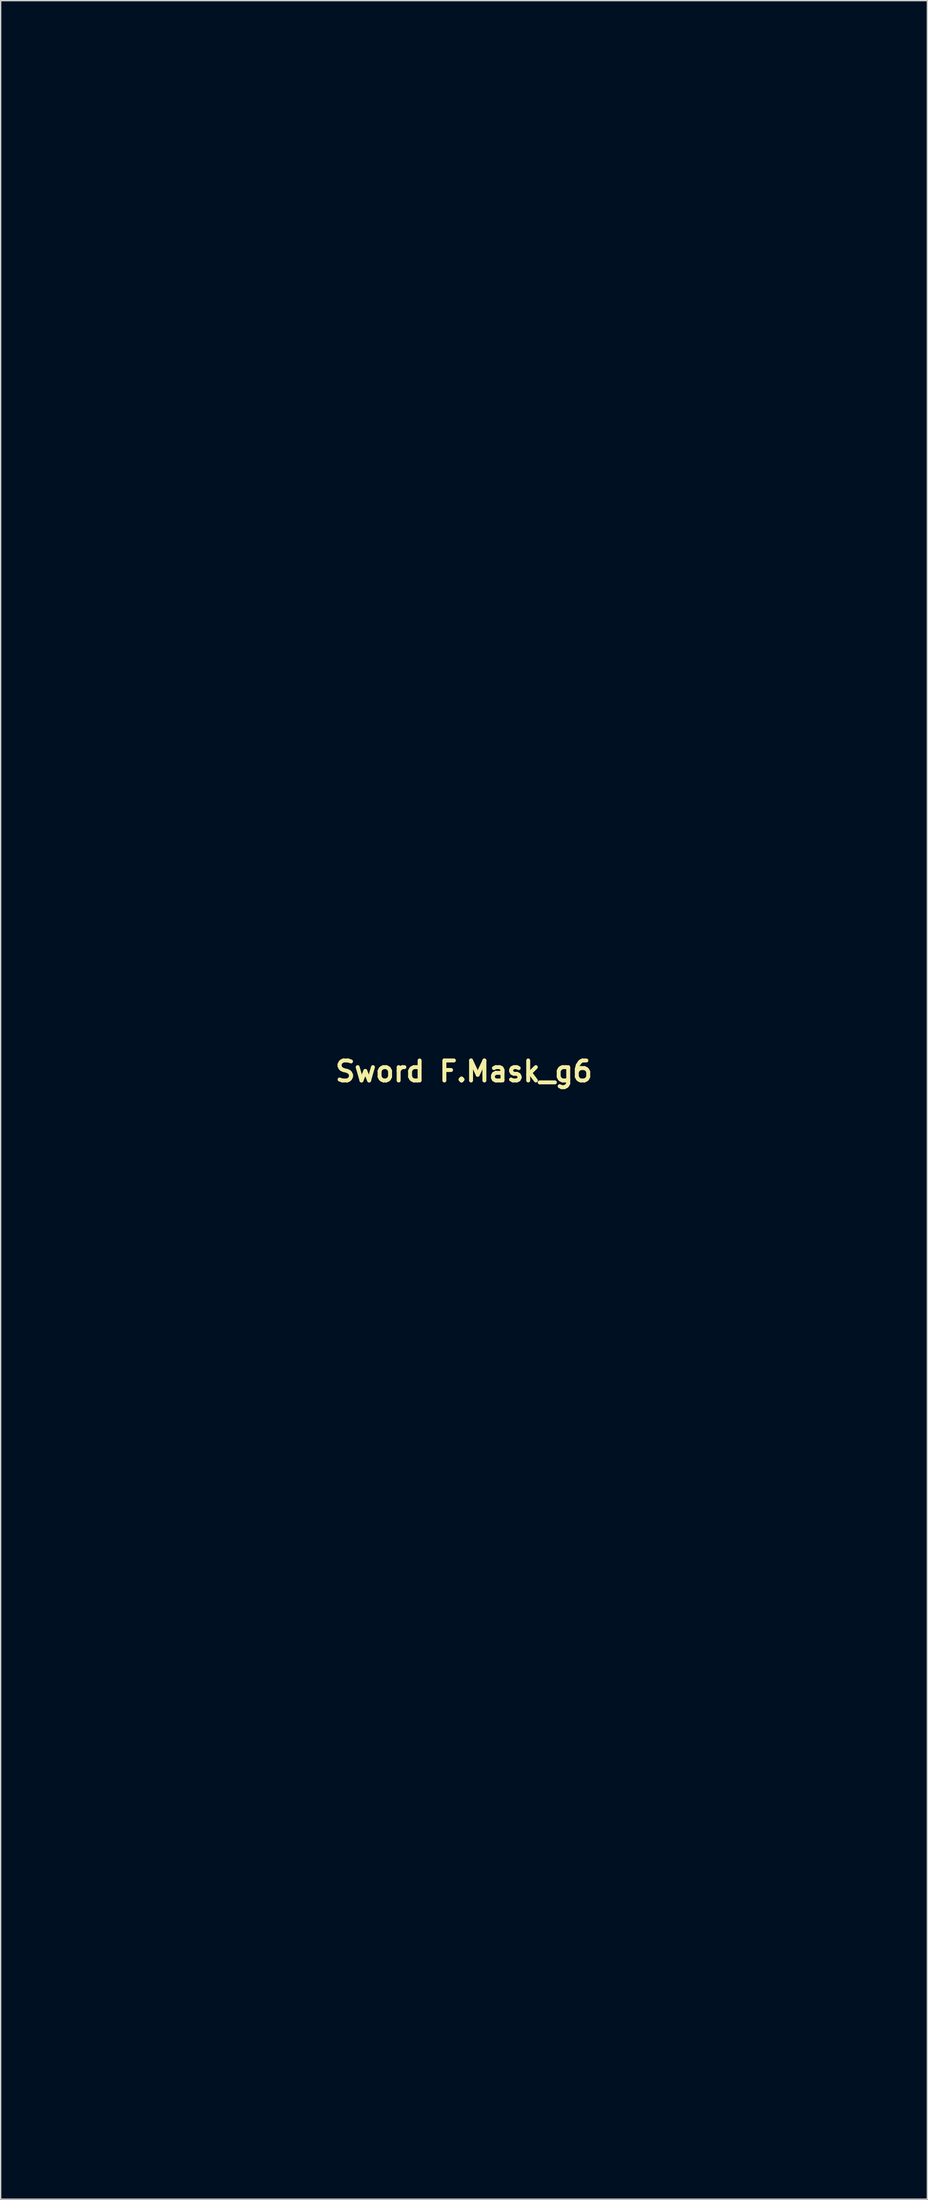
<source format=kicad_pcb>
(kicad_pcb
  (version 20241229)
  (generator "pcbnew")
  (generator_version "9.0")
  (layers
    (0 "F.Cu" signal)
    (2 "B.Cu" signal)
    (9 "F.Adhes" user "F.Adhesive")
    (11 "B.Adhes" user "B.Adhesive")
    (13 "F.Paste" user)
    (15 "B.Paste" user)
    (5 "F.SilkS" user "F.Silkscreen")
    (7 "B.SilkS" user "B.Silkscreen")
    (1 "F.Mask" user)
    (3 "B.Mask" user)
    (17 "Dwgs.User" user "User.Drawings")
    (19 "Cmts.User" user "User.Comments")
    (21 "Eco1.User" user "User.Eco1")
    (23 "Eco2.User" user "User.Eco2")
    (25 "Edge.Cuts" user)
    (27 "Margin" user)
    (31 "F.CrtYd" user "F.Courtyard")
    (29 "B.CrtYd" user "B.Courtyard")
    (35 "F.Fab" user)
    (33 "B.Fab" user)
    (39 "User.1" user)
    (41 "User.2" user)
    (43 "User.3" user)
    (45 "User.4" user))
  (footprint "Sword F.Mask_g6"
    (layer "F.Cu")
    (at 32.287 78.562)
    (property "Reference" "Sword F.Mask_g6" (at 0 0 0) (layer "F.SilkS") (effects (font (size 1.524 1.524) (thickness 0.3))))
    (attr through_hole)
    (fp_poly (pts (xy 3.934 -78.546) (xy 3.967 -78.512) (xy 4.02 -78.457) (xy 4.094 -78.381) (xy 4.186 -78.285) (xy 4.297 -78.169) (xy 4.426 -78.034) (xy 4.572 -77.881) (xy 4.734 -77.711) (xy 4.912 -77.525) (xy 5.106 -77.322) (xy 5.314 -77.104) (xy 5.535 -76.872) (xy 5.77 -76.626) (xy 6.017 -76.366) (xy 6.276 -76.095) (xy 6.546 -75.811) (xy 6.827 -75.517) (xy 7.117 -75.212) (xy 7.416 -74.898) (xy 7.724 -74.574) (xy 8.039 -74.243) (xy 8.362 -73.904) (xy 8.691 -73.559) (xy 9.025 -73.207) (xy 9.137 -73.09) (xy 14.338 -67.623) (xy 14.269 -67.556) (xy 14.251 -67.539) (xy 14.211 -67.501) (xy 14.151 -67.443) (xy 14.07 -67.366) (xy 13.971 -67.272) (xy 13.854 -67.16) (xy 13.72 -67.033) (xy 13.571 -66.891) (xy 13.407 -66.735) (xy 13.229 -66.567) (xy 13.04 -66.386) (xy 12.838 -66.195) (xy 12.627 -65.994) (xy 12.406 -65.784) (xy 12.177 -65.566) (xy 11.941 -65.342) (xy 11.698 -65.112) (xy 11.581 -65) (xy 11.335 -64.766) (xy 11.093 -64.536) (xy 10.857 -64.312) (xy 10.629 -64.095) (xy 10.408 -63.885) (xy 10.197 -63.685) (xy 9.997 -63.494) (xy 9.807 -63.313) (xy 9.631 -63.145) (xy 9.467 -62.99) (xy 9.319 -62.849) (xy 9.187 -62.723) (xy 9.072 -62.613) (xy 8.974 -62.52) (xy 8.896 -62.446) (xy 8.839 -62.391) (xy 8.803 -62.356) (xy 8.795 -62.348) (xy 8.628 -62.185) (xy 10.951 -59.743) (xy 11.178 -59.504) (xy 11.401 -59.27) (xy 11.619 -59.041) (xy 11.83 -58.819) (xy 12.034 -58.605) (xy 12.229 -58.4) (xy 12.414 -58.205) (xy 12.589 -58.022) (xy 12.751 -57.851) (xy 12.9 -57.694) (xy 13.036 -57.552) (xy 13.155 -57.426) (xy 13.258 -57.317) (xy 13.344 -57.227) (xy 13.411 -57.157) (xy 13.457 -57.108) (xy 13.479 -57.085) (xy 13.684 -56.869) (xy 10.985 -54.302) (xy 10.738 -54.066) (xy 10.496 -53.836) (xy 10.262 -53.613) (xy 10.036 -53.398) (xy 9.819 -53.191) (xy 9.612 -52.993) (xy 9.416 -52.806) (xy 9.233 -52.631) (xy 9.062 -52.468) (xy 8.906 -52.319) (xy 8.765 -52.183) (xy 8.64 -52.063) (xy 8.533 -51.96) (xy 8.443 -51.874) (xy 8.373 -51.806) (xy 8.323 -51.757) (xy 8.294 -51.728) (xy 8.287 -51.72) (xy 8.298 -51.707) (xy 8.329 -51.673) (xy 8.381 -51.617) (xy 8.452 -51.541) (xy 8.541 -51.447) (xy 8.647 -51.334) (xy 8.769 -51.204) (xy 8.907 -51.059) (xy 9.059 -50.898) (xy 9.225 -50.723) (xy 9.403 -50.535) (xy 9.593 -50.335) (xy 9.793 -50.124) (xy 10.003 -49.903) (xy 10.221 -49.673) (xy 10.448 -49.434) (xy 10.681 -49.189) (xy 10.92 -48.938) (xy 10.947 -48.91) (xy 11.186 -48.658) (xy 11.42 -48.412) (xy 11.647 -48.173) (xy 11.867 -47.942) (xy 12.077 -47.72) (xy 12.278 -47.508) (xy 12.469 -47.307) (xy 12.648 -47.117) (xy 12.815 -46.941) (xy 12.968 -46.779) (xy 13.107 -46.632) (xy 13.231 -46.501) (xy 13.339 -46.386) (xy 13.429 -46.29) (xy 13.502 -46.212) (xy 13.555 -46.154) (xy 13.589 -46.118) (xy 13.602 -46.103) (xy 13.602 -46.102) (xy 13.59 -46.091) (xy 13.556 -46.058) (xy 13.501 -46.005) (xy 13.426 -45.933) (xy 13.332 -45.843) (xy 13.22 -45.736) (xy 13.091 -45.613) (xy 12.946 -45.474) (xy 12.785 -45.321) (xy 12.611 -45.154) (xy 12.423 -44.975) (xy 12.223 -44.785) (xy 12.011 -44.584) (xy 11.79 -44.373) (xy 11.559 -44.153) (xy 11.32 -43.925) (xy 11.074 -43.691) (xy 10.821 -43.451) (xy 10.755 -43.388) (xy 10.501 -43.146) (xy 10.253 -42.91) (xy 10.012 -42.681) (xy 9.779 -42.459) (xy 9.556 -42.246) (xy 9.342 -42.042) (xy 9.139 -41.848) (xy 8.948 -41.666) (xy 8.77 -41.496) (xy 8.606 -41.34) (xy 8.457 -41.197) (xy 8.324 -41.069) (xy 8.208 -40.958) (xy 8.11 -40.863) (xy 8.03 -40.787) (xy 7.97 -40.729) (xy 7.932 -40.69) (xy 7.914 -40.673) (xy 7.914 -40.672) (xy 7.924 -40.659) (xy 7.956 -40.625) (xy 8.008 -40.569) (xy 8.079 -40.494) (xy 8.167 -40.399) (xy 8.273 -40.287) (xy 8.395 -40.158) (xy 8.532 -40.013) (xy 8.683 -39.853) (xy 8.847 -39.68) (xy 9.024 -39.494) (xy 9.212 -39.296) (xy 9.41 -39.087) (xy 9.617 -38.868) (xy 9.833 -38.641) (xy 10.056 -38.406) (xy 10.286 -38.165) (xy 10.43 -38.013) (xy 10.663 -37.768) (xy 10.89 -37.529) (xy 11.111 -37.297) (xy 11.323 -37.073) (xy 11.527 -36.858) (xy 11.722 -36.653) (xy 11.905 -36.46) (xy 12.077 -36.278) (xy 12.237 -36.11) (xy 12.382 -35.956) (xy 12.514 -35.817) (xy 12.629 -35.694) (xy 12.729 -35.588) (xy 12.811 -35.501) (xy 12.874 -35.433) (xy 12.918 -35.386) (xy 12.942 -35.36) (xy 12.946 -35.355) (xy 12.935 -35.343) (xy 12.901 -35.31) (xy 12.847 -35.257) (xy 12.773 -35.185) (xy 12.679 -35.095) (xy 12.568 -34.988) (xy 12.44 -34.865) (xy 12.295 -34.727) (xy 12.136 -34.575) (xy 11.963 -34.409) (xy 11.777 -34.232) (xy 11.579 -34.043) (xy 11.37 -33.843) (xy 11.151 -33.635) (xy 10.923 -33.418) (xy 10.688 -33.193) (xy 10.445 -32.962) (xy 10.255 -32.782) (xy 10.008 -32.547) (xy 9.767 -32.317) (xy 9.533 -32.094) (xy 9.307 -31.879) (xy 9.09 -31.673) (xy 8.883 -31.476) (xy 8.688 -31.289) (xy 8.504 -31.114) (xy 8.334 -30.952) (xy 8.178 -30.803) (xy 8.037 -30.668) (xy 7.912 -30.549) (xy 7.805 -30.446) (xy 7.715 -30.361) (xy 7.645 -30.293) (xy 7.595 -30.245) (xy 7.567 -30.217) (xy 7.56 -30.21) (xy 7.57 -30.197) (xy 7.601 -30.163) (xy 7.653 -30.107) (xy 7.723 -30.032) (xy 7.812 -29.937) (xy 7.917 -29.825) (xy 8.04 -29.695) (xy 8.177 -29.55) (xy 8.329 -29.389) (xy 8.494 -29.214) (xy 8.672 -29.027) (xy 8.861 -28.827) (xy 9.061 -28.616) (xy 9.271 -28.395) (xy 9.489 -28.165) (xy 9.715 -27.927) (xy 9.949 -27.681) (xy 10.188 -27.43) (xy 10.215 -27.402) (xy 10.454 -27.149) (xy 10.688 -26.903) (xy 10.916 -26.664) (xy 11.135 -26.433) (xy 11.346 -26.211) (xy 11.547 -25.999) (xy 11.738 -25.798) (xy 11.918 -25.609) (xy 12.084 -25.432) (xy 12.238 -25.27) (xy 12.377 -25.123) (xy 12.502 -24.991) (xy 12.61 -24.877) (xy 12.701 -24.78) (xy 12.773 -24.702) (xy 12.827 -24.645) (xy 12.861 -24.608) (xy 12.874 -24.593) (xy 12.875 -24.592) (xy 12.863 -24.58) (xy 12.83 -24.547) (xy 12.775 -24.494) (xy 12.701 -24.422) (xy 12.607 -24.332) (xy 12.496 -24.225) (xy 12.367 -24.101) (xy 12.222 -23.963) (xy 12.061 -23.809) (xy 11.887 -23.643) (xy 11.699 -23.463) (xy 11.499 -23.273) (xy 11.288 -23.071) (xy 11.067 -22.86) (xy 10.836 -22.64) (xy 10.597 -22.412) (xy 10.351 -22.178) (xy 10.098 -21.937) (xy 10.025 -21.868) (xy 7.176 -19.157) (xy 7.315 -19.011) (xy 7.339 -18.985) (xy 7.384 -18.938) (xy 7.449 -18.87) (xy 7.532 -18.782) (xy 7.633 -18.676) (xy 7.751 -18.552) (xy 7.884 -18.412) (xy 8.031 -18.257) (xy 8.192 -18.089) (xy 8.365 -17.907) (xy 8.549 -17.713) (xy 8.743 -17.509) (xy 8.946 -17.295) (xy 9.157 -17.073) (xy 9.375 -16.844) (xy 9.599 -16.609) (xy 9.828 -16.368) (xy 9.835 -16.361) (xy 10.061 -16.123) (xy 10.282 -15.891) (xy 10.496 -15.665) (xy 10.703 -15.448) (xy 10.9 -15.24) (xy 11.088 -15.043) (xy 11.265 -14.856) (xy 11.43 -14.682) (xy 11.582 -14.521) (xy 11.721 -14.375) (xy 11.844 -14.244) (xy 11.952 -14.13) (xy 12.043 -14.034) (xy 12.117 -13.956) (xy 12.171 -13.898) (xy 12.206 -13.86) (xy 12.22 -13.844) (xy 12.221 -13.844) (xy 12.21 -13.832) (xy 12.177 -13.799) (xy 12.123 -13.746) (xy 12.049 -13.674) (xy 11.956 -13.585) (xy 11.846 -13.478) (xy 11.718 -13.355) (xy 11.575 -13.218) (xy 11.416 -13.066) (xy 11.244 -12.901) (xy 11.059 -12.725) (xy 10.863 -12.537) (xy 10.655 -12.339) (xy 10.438 -12.132) (xy 10.212 -11.917) (xy 9.979 -11.694) (xy 9.739 -11.466) (xy 9.625 -11.358) (xy 9.381 -11.125) (xy 9.142 -10.898) (xy 8.909 -10.677) (xy 8.684 -10.463) (xy 8.467 -10.257) (xy 8.26 -10.06) (xy 8.064 -9.873) (xy 7.88 -9.698) (xy 7.708 -9.535) (xy 7.551 -9.385) (xy 7.408 -9.249) (xy 7.282 -9.129) (xy 7.173 -9.025) (xy 7.082 -8.938) (xy 7.01 -8.87) (xy 6.959 -8.821) (xy 6.93 -8.792) (xy 6.924 -8.787) (xy 6.824 -8.689) (xy 9.494 -5.882) (xy 12.164 -3.076) (xy 12.102 -3.016) (xy 12.085 -3) (xy 12.047 -2.963) (xy 11.987 -2.906) (xy 11.907 -2.83) (xy 11.808 -2.736) (xy 11.691 -2.625) (xy 11.558 -2.498) (xy 11.408 -2.355) (xy 11.244 -2.199) (xy 11.066 -2.03) (xy 10.875 -1.848) (xy 10.672 -1.655) (xy 10.458 -1.452) (xy 10.235 -1.24) (xy 10.003 -1.019) (xy 9.763 -0.791) (xy 9.517 -0.556) (xy 9.264 -0.317) (xy 9.255 -0.308) (xy 9.003 -0.068) (xy 8.758 0.165) (xy 8.519 0.392) (xy 8.289 0.612) (xy 8.067 0.822) (xy 7.856 1.024) (xy 7.656 1.215) (xy 7.467 1.394) (xy 7.292 1.561) (xy 7.131 1.715) (xy 6.985 1.855) (xy 6.854 1.979) (xy 6.741 2.088) (xy 6.646 2.179) (xy 6.569 2.252) (xy 6.513 2.306) (xy 6.477 2.341) (xy 6.464 2.354) (xy 6.464 2.355) (xy 6.474 2.367) (xy 6.505 2.402) (xy 6.557 2.457) (xy 6.627 2.532) (xy 6.715 2.626) (xy 6.82 2.738) (xy 6.941 2.867) (xy 7.077 3.011) (xy 7.227 3.17) (xy 7.39 3.343) (xy 7.565 3.528) (xy 7.752 3.724) (xy 7.948 3.932) (xy 8.154 4.148) (xy 8.367 4.373) (xy 8.588 4.605) (xy 8.815 4.844) (xy 8.877 4.909) (xy 9.107 5.151) (xy 9.332 5.388) (xy 9.551 5.618) (xy 9.763 5.841) (xy 9.967 6.055) (xy 10.161 6.26) (xy 10.346 6.454) (xy 10.519 6.636) (xy 10.68 6.805) (xy 10.827 6.96) (xy 10.961 7.1) (xy 11.078 7.224) (xy 11.18 7.331) (xy 11.263 7.419) (xy 11.329 7.488) (xy 11.374 7.536) (xy 11.399 7.562) (xy 11.402 7.565) (xy 11.508 7.679) (xy 8.81 10.246) (xy 8.562 10.481) (xy 8.321 10.711) (xy 8.087 10.934) (xy 7.861 11.15) (xy 7.644 11.357) (xy 7.437 11.554) (xy 7.241 11.741) (xy 7.058 11.916) (xy 6.887 12.079) (xy 6.731 12.229) (xy 6.59 12.364) (xy 6.465 12.484) (xy 6.358 12.587) (xy 6.268 12.673) (xy 6.198 12.741) (xy 6.148 12.79) (xy 6.119 12.819) (xy 6.112 12.827) (xy 6.123 12.839) (xy 6.154 12.874) (xy 6.206 12.93) (xy 6.277 13.005) (xy 6.366 13.1) (xy 6.472 13.213) (xy 6.595 13.342) (xy 6.732 13.488) (xy 6.884 13.649) (xy 7.05 13.824) (xy 7.228 14.011) (xy 7.418 14.211) (xy 7.618 14.422) (xy 7.828 14.643) (xy 8.046 14.874) (xy 8.273 15.112) (xy 8.506 15.357) (xy 8.745 15.609) (xy 8.771 15.636) (xy 9.011 15.888) (xy 9.245 16.134) (xy 9.472 16.373) (xy 9.691 16.604) (xy 9.902 16.826) (xy 10.103 17.038) (xy 10.294 17.239) (xy 10.473 17.428) (xy 10.64 17.604) (xy 10.793 17.766) (xy 10.933 17.914) (xy 11.057 18.045) (xy 11.165 18.159) (xy 11.255 18.256) (xy 11.328 18.333) (xy 11.382 18.391) (xy 11.416 18.428) (xy 11.429 18.442) (xy 11.429 18.443) (xy 11.417 18.454) (xy 11.384 18.487) (xy 11.328 18.54) (xy 11.252 18.614) (xy 11.155 18.706) (xy 11.04 18.817) (xy 10.905 18.946) (xy 10.752 19.091) (xy 10.582 19.254) (xy 10.395 19.432) (xy 10.192 19.625) (xy 9.974 19.833) (xy 9.742 20.055) (xy 9.495 20.289) (xy 9.236 20.536) (xy 8.964 20.795) (xy 8.68 21.065) (xy 8.386 21.346) (xy 8.081 21.636) (xy 7.766 21.935) (xy 7.443 22.243) (xy 7.111 22.559) (xy 6.772 22.881) (xy 6.426 23.21) (xy 6.075 23.545) (xy 5.951 23.662) (xy 5.597 23.999) (xy 5.248 24.331) (xy 4.905 24.657) (xy 4.569 24.976) (xy 4.241 25.288) (xy 3.922 25.592) (xy 3.611 25.888) (xy 3.31 26.174) (xy 3.02 26.45) (xy 2.741 26.715) (xy 2.474 26.969) (xy 2.22 27.211) (xy 1.979 27.44) (xy 1.752 27.656) (xy 1.541 27.858) (xy 1.345 28.044) (xy 1.165 28.216) (xy 1.002 28.371) (xy 0.857 28.509) (xy 0.73 28.63) (xy 0.623 28.732) (xy 0.535 28.816) (xy 0.468 28.879) (xy 0.423 28.923) (xy 0.399 28.946) (xy 0.397 28.948) (xy 0.318 29.028) (xy 2.764 31.599) (xy 2.994 31.842) (xy 3.22 32.079) (xy 3.439 32.31) (xy 3.651 32.533) (xy 3.855 32.747) (xy 4.049 32.951) (xy 4.233 33.145) (xy 4.406 33.326) (xy 4.567 33.494) (xy 4.714 33.649) (xy 4.846 33.788) (xy 4.963 33.911) (xy 5.064 34.016) (xy 5.147 34.104) (xy 5.212 34.171) (xy 5.257 34.219) (xy 5.282 34.244) (xy 5.285 34.248) (xy 5.361 34.324) (xy 6.701 33.049) (xy 7.332 32.449) (xy 7.939 31.871) (xy 8.524 31.314) (xy 9.087 30.779) (xy 9.627 30.265) (xy 10.146 29.772) (xy 10.642 29.299) (xy 11.117 28.848) (xy 11.57 28.417) (xy 12.002 28.006) (xy 12.412 27.615) (xy 12.802 27.244) (xy 13.171 26.894) (xy 13.519 26.562) (xy 13.847 26.25) (xy 14.155 25.958) (xy 14.443 25.684) (xy 14.711 25.43) (xy 14.959 25.194) (xy 15.187 24.976) (xy 15.397 24.777) (xy 15.587 24.597) (xy 15.758 24.434) (xy 15.911 24.289) (xy 16.045 24.162) (xy 16.16 24.053) (xy 16.258 23.96) (xy 16.337 23.885) (xy 16.398 23.827) (xy 16.442 23.786) (xy 16.469 23.761) (xy 16.478 23.753) (xy 16.489 23.764) (xy 16.522 23.796) (xy 16.573 23.85) (xy 16.643 23.923) (xy 16.731 24.014) (xy 16.834 24.121) (xy 16.953 24.245) (xy 17.085 24.383) (xy 17.23 24.535) (xy 17.387 24.698) (xy 17.554 24.873) (xy 17.73 25.057) (xy 17.914 25.25) (xy 18.105 25.45) (xy 18.302 25.656) (xy 18.503 25.867) (xy 18.708 26.082) (xy 18.915 26.299) (xy 19.123 26.518) (xy 19.332 26.736) (xy 19.539 26.953) (xy 19.743 27.168) (xy 19.945 27.38) (xy 20.141 27.586) (xy 20.332 27.787) (xy 20.516 27.98) (xy 20.692 28.165) (xy 20.859 28.34) (xy 21.015 28.504) (xy 21.16 28.657) (xy 21.292 28.796) (xy 21.41 28.921) (xy 21.513 29.03) (xy 21.6 29.122) (xy 21.67 29.196) (xy 21.721 29.25) (xy 21.726 29.255) (xy 21.822 29.359) (xy 24.441 26.869) (xy 24.686 26.636) (xy 24.925 26.408) (xy 25.158 26.187) (xy 25.384 25.972) (xy 25.601 25.766) (xy 25.808 25.569) (xy 26.004 25.382) (xy 26.189 25.206) (xy 26.361 25.043) (xy 26.518 24.893) (xy 26.661 24.757) (xy 26.788 24.637) (xy 26.897 24.533) (xy 26.988 24.446) (xy 27.06 24.377) (xy 27.111 24.328) (xy 27.141 24.3) (xy 27.147 24.294) (xy 27.236 24.208) (xy 29.767 26.868) (xy 30.001 27.114) (xy 30.229 27.354) (xy 30.45 27.587) (xy 30.663 27.812) (xy 30.868 28.027) (xy 31.063 28.233) (xy 31.247 28.427) (xy 31.42 28.609) (xy 31.58 28.778) (xy 31.727 28.933) (xy 31.859 29.073) (xy 31.975 29.196) (xy 32.076 29.303) (xy 32.158 29.391) (xy 32.223 29.46) (xy 32.268 29.508) (xy 32.293 29.535) (xy 32.298 29.541) (xy 32.286 29.553) (xy 32.253 29.586) (xy 32.199 29.639) (xy 32.124 29.71) (xy 32.031 29.8) (xy 31.92 29.906) (xy 31.792 30.029) (xy 31.648 30.167) (xy 31.489 30.319) (xy 31.316 30.484) (xy 31.131 30.661) (xy 30.933 30.849) (xy 30.725 31.048) (xy 30.507 31.255) (xy 30.28 31.471) (xy 30.045 31.695) (xy 29.804 31.924) (xy 29.654 32.066) (xy 29.409 32.3) (xy 29.168 32.529) (xy 28.935 32.751) (xy 28.709 32.966) (xy 28.492 33.172) (xy 28.285 33.369) (xy 28.088 33.556) (xy 27.904 33.731) (xy 27.732 33.894) (xy 27.575 34.044) (xy 27.433 34.179) (xy 27.306 34.3) (xy 27.197 34.403) (xy 27.106 34.49) (xy 27.035 34.558) (xy 26.983 34.607) (xy 26.954 34.635) (xy 26.947 34.642) (xy 26.882 34.704) (xy 21.823 29.386) (xy 21.56 29.637) (xy 21.391 29.797) (xy 21.208 29.972) (xy 21.01 30.161) (xy 20.798 30.362) (xy 20.574 30.576) (xy 20.338 30.801) (xy 20.09 31.037) (xy 19.832 31.282) (xy 19.565 31.536) (xy 19.289 31.799) (xy 19.006 32.069) (xy 18.715 32.345) (xy 18.418 32.627) (xy 18.117 32.914) (xy 17.81 33.206) (xy 17.5 33.5) (xy 17.188 33.797) (xy 16.873 34.096) (xy 16.558 34.396) (xy 16.242 34.697) (xy 15.927 34.996) (xy 15.613 35.294) (xy 15.302 35.59) (xy 14.993 35.883) (xy 14.689 36.172) (xy 14.39 36.457) (xy 14.096 36.736) (xy 13.808 37.009) (xy 13.528 37.275) (xy 13.257 37.533) (xy 12.994 37.782) (xy 12.741 38.023) (xy 12.499 38.253) (xy 12.268 38.472) (xy 12.05 38.679) (xy 11.844 38.873) (xy 11.653 39.055) (xy 11.477 39.222) (xy 11.317 39.374) (xy 11.173 39.51) (xy 11.046 39.63) (xy 10.938 39.732) (xy 10.849 39.817) (xy 10.78 39.882) (xy 10.731 39.928) (xy 10.704 39.953) (xy 10.699 39.957) (xy 10.687 39.946) (xy 10.654 39.913) (xy 10.601 39.858) (xy 10.529 39.784) (xy 10.439 39.69) (xy 10.332 39.579) (xy 10.209 39.45) (xy 10.07 39.305) (xy 9.918 39.145) (xy 9.751 38.971) (xy 9.573 38.784) (xy 9.382 38.585) (xy 9.182 38.374) (xy 8.971 38.154) (xy 8.752 37.924) (xy 8.526 37.686) (xy 8.292 37.441) (xy 8.053 37.189) (xy 8.025 37.159) (xy 7.785 36.907) (xy 7.551 36.661) (xy 7.323 36.423) (xy 7.104 36.192) (xy 6.893 35.97) (xy 6.691 35.758) (xy 6.5 35.558) (xy 6.32 35.369) (xy 6.153 35.193) (xy 5.999 35.032) (xy 5.859 34.885) (xy 5.734 34.755) (xy 5.626 34.641) (xy 5.534 34.545) (xy 5.461 34.468) (xy 5.406 34.412) (xy 5.372 34.376) (xy 5.358 34.362) (xy 5.357 34.361) (xy 5.346 34.372) (xy 5.312 34.404) (xy 5.258 34.455) (xy 5.184 34.525) (xy 5.092 34.612) (xy 4.983 34.715) (xy 4.858 34.833) (xy 4.719 34.965) (xy 4.566 35.11) (xy 4.401 35.267) (xy 4.225 35.434) (xy 4.039 35.611) (xy 3.845 35.796) (xy 3.643 35.988) (xy 3.435 36.186) (xy 3.221 36.388) (xy 3.004 36.595) (xy 2.784 36.804) (xy 2.563 37.015) (xy 2.342 37.225) (xy 2.121 37.435) (xy 1.902 37.643) (xy 1.687 37.848) (xy 1.477 38.049) (xy 1.272 38.244) (xy 1.074 38.433) (xy 0.884 38.614) (xy 0.703 38.786) (xy 0.533 38.948) (xy 0.374 39.099) (xy 0.228 39.238) (xy 0.097 39.364) (xy -0.02 39.475) (xy -0.12 39.571) (xy -0.202 39.649) (xy -0.265 39.71) (xy -0.309 39.752) (xy -0.331 39.774) (xy -0.333 39.776) (xy -0.323 39.788) (xy -0.29 39.822) (xy -0.238 39.878) (xy -0.165 39.955) (xy -0.074 40.051) (xy 0.036 40.168) (xy 0.164 40.303) (xy 0.31 40.456) (xy 0.471 40.626) (xy 0.649 40.813) (xy 0.842 41.016) (xy 1.049 41.234) (xy 1.27 41.466) (xy 1.504 41.713) (xy 1.751 41.972) (xy 2.009 42.244) (xy 2.278 42.528) (xy 2.558 42.822) (xy 2.848 43.127) (xy 3.147 43.441) (xy 3.454 43.764) (xy 3.769 44.096) (xy 4.092 44.434) (xy 4.42 44.78) (xy 4.754 45.131) (xy 4.858 45.24) (xy 5.194 45.593) (xy 5.524 45.94) (xy 5.848 46.281) (xy 6.166 46.615) (xy 6.475 46.941) (xy 6.777 47.258) (xy 7.07 47.566) (xy 7.353 47.864) (xy 7.625 48.151) (xy 7.887 48.427) (xy 8.138 48.69) (xy 8.376 48.941) (xy 8.601 49.178) (xy 8.812 49.401) (xy 9.009 49.608) (xy 9.192 49.801) (xy 9.358 49.976) (xy 9.509 50.135) (xy 9.642 50.276) (xy 9.758 50.398) (xy 9.855 50.501) (xy 9.933 50.584) (xy 9.992 50.646) (xy 10.03 50.687) (xy 10.048 50.706) (xy 10.049 50.708) (xy 10.038 50.72) (xy 10.004 50.752) (xy 9.95 50.805) (xy 9.876 50.876) (xy 9.783 50.966) (xy 9.672 51.072) (xy 9.544 51.195) (xy 9.4 51.332) (xy 9.241 51.484) (xy 9.069 51.648) (xy 8.884 51.825) (xy 8.687 52.012) (xy 8.48 52.21) (xy 8.263 52.417) (xy 8.037 52.632) (xy 7.804 52.854) (xy 7.564 53.082) (xy 7.457 53.184) (xy 7.213 53.416) (xy 6.974 53.643) (xy 6.742 53.864) (xy 6.517 54.078) (xy 6.3 54.284) (xy 6.094 54.481) (xy 5.897 54.667) (xy 5.713 54.843) (xy 5.541 55.006) (xy 5.384 55.156) (xy 5.241 55.292) (xy 5.115 55.412) (xy 5.006 55.516) (xy 4.915 55.603) (xy 4.843 55.671) (xy 4.792 55.72) (xy 4.762 55.748) (xy 4.757 55.753) (xy 4.648 55.858) (xy 7.313 58.658) (xy 7.553 58.911) (xy 7.787 59.157) (xy 8.014 59.396) (xy 8.234 59.627) (xy 8.445 59.85) (xy 8.647 60.062) (xy 8.838 60.263) (xy 9.017 60.453) (xy 9.185 60.629) (xy 9.338 60.791) (xy 9.478 60.939) (xy 9.603 61.07) (xy 9.711 61.185) (xy 9.802 61.282) (xy 9.875 61.36) (xy 9.929 61.418) (xy 9.964 61.455) (xy 9.977 61.47) (xy 9.977 61.47) (xy 9.966 61.482) (xy 9.933 61.515) (xy 9.879 61.569) (xy 9.805 61.641) (xy 9.712 61.732) (xy 9.601 61.84) (xy 9.474 61.964) (xy 9.33 62.104) (xy 9.171 62.259) (xy 8.998 62.427) (xy 8.812 62.607) (xy 8.613 62.8) (xy 8.404 63.003) (xy 8.184 63.216) (xy 7.956 63.438) (xy 7.718 63.667) (xy 7.474 63.904) (xy 7.223 64.146) (xy 7.152 64.216) (xy 6.823 64.534) (xy 6.514 64.832) (xy 6.225 65.112) (xy 5.952 65.375) (xy 5.694 65.624) (xy 5.448 65.86) (xy 5.213 66.086) (xy 4.987 66.303) (xy 4.767 66.513) (xy 4.552 66.719) (xy 4.339 66.922) (xy 4.127 67.123) (xy 3.913 67.326) (xy 3.696 67.531) (xy 3.473 67.741) (xy 3.243 67.958) (xy 3.003 68.184) (xy 2.751 68.42) (xy 2.486 68.668) (xy 2.205 68.931) (xy 1.906 69.211) (xy 1.599 69.498) (xy 1.35 69.731) (xy 1.106 69.959) (xy 0.869 70.18) (xy 0.641 70.394) (xy 0.422 70.599) (xy 0.213 70.794) (xy 0.016 70.98) (xy -0.17 71.153) (xy -0.342 71.315) (xy -0.5 71.463) (xy -0.642 71.597) (xy -0.768 71.715) (xy -0.877 71.818) (xy -0.968 71.903) (xy -1.039 71.971) (xy -1.09 72.019) (xy -1.119 72.047) (xy -1.127 72.055) (xy -1.119 72.064) (xy -1.097 72.09) (xy -1.058 72.131) (xy -1.004 72.19) (xy -0.933 72.265) (xy -0.845 72.358) (xy -0.741 72.468) (xy -0.619 72.597) (xy -0.48 72.744) (xy -0.322 72.91) (xy -0.147 73.095) (xy 0.048 73.299) (xy 0.262 73.524) (xy 0.495 73.769) (xy 0.747 74.034) (xy 1.02 74.321) (xy 1.313 74.628) (xy 1.627 74.958) (xy 1.962 75.31) (xy 2.319 75.684) (xy 2.483 75.856) (xy 2.664 76.046) (xy 2.839 76.23) (xy 3.007 76.406) (xy 3.166 76.574) (xy 3.315 76.732) (xy 3.454 76.878) (xy 3.58 77.011) (xy 3.692 77.13) (xy 3.79 77.234) (xy 3.871 77.321) (xy 3.936 77.39) (xy 3.981 77.439) (xy 4.007 77.468) (xy 4.013 77.475) (xy 4.002 77.488) (xy 3.97 77.522) (xy 3.917 77.575) (xy 3.845 77.645) (xy 3.755 77.732) (xy 3.649 77.834) (xy 3.528 77.95) (xy 3.394 78.079) (xy 3.247 78.219) (xy 3.09 78.368) (xy 2.923 78.527) (xy 2.748 78.693) (xy 2.566 78.864) (xy 2.544 78.885) (xy 2.326 79.091) (xy 2.091 79.313) (xy 1.843 79.548) (xy 1.585 79.792) (xy 1.321 80.042) (xy 1.056 80.293) (xy 0.792 80.543) (xy 0.533 80.789) (xy 0.284 81.025) (xy 0.048 81.249) (xy -0.172 81.458) (xy -0.308 81.587) (xy -0.484 81.755) (xy -0.654 81.916) (xy -0.816 82.07) (xy -0.969 82.215) (xy -1.111 82.35) (xy -1.242 82.473) (xy -1.358 82.583) (xy -1.46 82.679) (xy -1.546 82.759) (xy -1.613 82.823) (xy -1.662 82.868) (xy -1.69 82.894) (xy -1.697 82.899) (xy -1.709 82.888) (xy -1.742 82.855) (xy -1.794 82.802) (xy -1.864 82.73) (xy -1.95 82.641) (xy -2.052 82.536) (xy -2.168 82.416) (xy -2.297 82.283) (xy -2.437 82.138) (xy -2.587 81.982) (xy -2.745 81.817) (xy -2.911 81.644) (xy -3.082 81.466) (xy -3.309 81.23) (xy -3.537 80.992) (xy -3.766 80.753) (xy -3.994 80.515) (xy -4.222 80.277) (xy -4.446 80.042) (xy -4.667 79.811) (xy -4.884 79.584) (xy -5.095 79.363) (xy -5.299 79.148) (xy -5.495 78.942) (xy -5.683 78.745) (xy -5.861 78.558) (xy -6.028 78.382) (xy -6.183 78.218) (xy -6.325 78.068) (xy -6.453 77.933) (xy -6.566 77.813) (xy -6.663 77.71) (xy -6.742 77.625) (xy -6.803 77.559) (xy -6.845 77.513) (xy -6.867 77.489) (xy -6.87 77.484) (xy -6.858 77.472) (xy -6.824 77.439) (xy -6.77 77.387) (xy -6.696 77.316) (xy -6.604 77.228) (xy -6.496 77.125) (xy -6.372 77.006) (xy -6.234 76.875) (xy -6.083 76.731) (xy -5.92 76.576) (xy -5.747 76.411) (xy -5.564 76.238) (xy -5.374 76.057) (xy -5.177 75.87) (xy -4.975 75.677) (xy -4.768 75.481) (xy -4.559 75.283) (xy -4.348 75.082) (xy -4.136 74.882) (xy -3.926 74.682) (xy -3.717 74.485) (xy -3.512 74.291) (xy -3.312 74.101) (xy -3.118 73.917) (xy -2.93 73.74) (xy -2.752 73.572) (xy -2.583 73.412) (xy -2.527 73.36) (xy -2.352 73.195) (xy -2.184 73.036) (xy -2.024 72.884) (xy -1.874 72.741) (xy -1.734 72.608) (xy -1.607 72.487) (xy -1.493 72.378) (xy -1.395 72.284) (xy -1.313 72.205) (xy -1.249 72.143) (xy -1.205 72.099) (xy -1.182 72.075) (xy -1.178 72.07) (xy -1.19 72.057) (xy -1.222 72.022) (xy -1.275 71.966) (xy -1.347 71.889) (xy -1.437 71.793) (xy -1.546 71.677) (xy -1.671 71.544) (xy -1.813 71.395) (xy -1.97 71.228) (xy -2.141 71.047) (xy -2.327 70.851) (xy -2.525 70.642) (xy -2.735 70.42) (xy -2.957 70.186) (xy -3.189 69.941) (xy -3.43 69.686) (xy -3.681 69.421) (xy -3.939 69.149) (xy -4.205 68.868) (xy -4.477 68.581) (xy -4.755 68.288) (xy -5.037 67.991) (xy -5.324 67.689) (xy -5.613 67.383) (xy -5.905 67.076) (xy -6.199 66.767) (xy -6.493 66.457) (xy -6.787 66.147) (xy -7.08 65.839) (xy -7.371 65.532) (xy -7.66 65.228) (xy -7.945 64.928) (xy -8.226 64.632) (xy -8.503 64.342) (xy -8.773 64.057) (xy -8.863 63.963) (xy -9.104 63.709) (xy -9.339 63.462) (xy -9.568 63.221) (xy -9.789 62.988) (xy -10.002 62.764) (xy -10.204 62.55) (xy -10.397 62.347) (xy -10.578 62.156) (xy -10.746 61.978) (xy -10.901 61.814) (xy -11.042 61.665) (xy -11.168 61.531) (xy -11.278 61.414) (xy -11.371 61.315) (xy -11.446 61.235) (xy -11.502 61.175) (xy -11.538 61.136) (xy -11.553 61.118) (xy -11.554 61.117) (xy -11.542 61.105) (xy -11.508 61.072) (xy -11.453 61.02) (xy -11.379 60.948) (xy -11.285 60.858) (xy -11.173 60.751) (xy -11.044 60.628) (xy -10.9 60.49) (xy -10.74 60.338) (xy -10.567 60.172) (xy -10.381 59.995) (xy -10.182 59.806) (xy -9.973 59.607) (xy -9.754 59.398) (xy -9.526 59.181) (xy -9.29 58.957) (xy -9.048 58.726) (xy -8.858 58.546) (xy -8.611 58.31) (xy -8.37 58.081) (xy -8.136 57.858) (xy -7.91 57.643) (xy -7.693 57.437) (xy -7.487 57.24) (xy -7.291 57.054) (xy -7.108 56.879) (xy -6.937 56.717) (xy -6.781 56.568) (xy -6.64 56.434) (xy -6.516 56.315) (xy -6.408 56.212) (xy -6.319 56.127) (xy -6.249 56.059) (xy -6.199 56.011) (xy -6.17 55.984) (xy -6.163 55.977) (xy -6.174 55.964) (xy -6.205 55.93) (xy -6.256 55.875) (xy -6.327 55.8) (xy -6.415 55.706) (xy -6.52 55.595) (xy -6.641 55.466) (xy -6.778 55.322) (xy -6.928 55.163) (xy -7.091 54.99) (xy -7.267 54.805) (xy -7.454 54.608) (xy -7.651 54.401) (xy -7.857 54.184) (xy -8.071 53.958) (xy -8.292 53.725) (xy -8.52 53.486) (xy -8.606 53.395) (xy -8.839 53.15) (xy -9.068 52.91) (xy -9.292 52.674) (xy -9.51 52.446) (xy -9.72 52.225) (xy -9.922 52.012) (xy -10.114 51.81) (xy -10.295 51.619) (xy -10.465 51.441) (xy -10.622 51.276) (xy -10.765 51.125) (xy -10.893 50.991) (xy -11.005 50.873) (xy -11.1 50.774) (xy -11.176 50.694) (xy -11.233 50.634) (xy -11.269 50.596) (xy -11.273 50.591) (xy -11.494 50.359) (xy -5.934 45.069) (xy -5.577 44.73) (xy -5.227 44.396) (xy -4.882 44.068) (xy -4.546 43.748) (xy -4.217 43.435) (xy -3.896 43.129) (xy -3.585 42.833) (xy -3.285 42.547) (xy -2.994 42.27) (xy -2.716 42.004) (xy -2.449 41.75) (xy -2.195 41.508) (xy -1.955 41.279) (xy -1.729 41.063) (xy -1.518 40.862) (xy -1.323 40.675) (xy -1.143 40.504) (xy -0.981 40.349) (xy -0.837 40.211) (xy -0.711 40.09) (xy -0.604 39.987) (xy -0.517 39.904) (xy -0.451 39.84) (xy -0.406 39.796) (xy -0.382 39.772) (xy -0.379 39.769) (xy -0.391 39.756) (xy -0.424 39.721) (xy -0.476 39.666) (xy -0.546 39.591) (xy -0.634 39.499) (xy -0.737 39.39) (xy -0.855 39.265) (xy -0.987 39.126) (xy -1.131 38.974) (xy -1.287 38.811) (xy -1.452 38.637) (xy -1.626 38.453) (xy -1.809 38.262) (xy -1.997 38.064) (xy -2.191 37.86) (xy -2.389 37.652) (xy -2.59 37.441) (xy -2.793 37.228) (xy -2.996 37.014) (xy -3.199 36.801) (xy -3.4 36.59) (xy -3.598 36.382) (xy -3.792 36.179) (xy -3.98 35.981) (xy -4.163 35.79) (xy -4.337 35.607) (xy -4.503 35.433) (xy -4.659 35.27) (xy -4.803 35.118) (xy -4.935 34.98) (xy -5.054 34.856) (xy -5.158 34.747) (xy -5.245 34.656) (xy -5.316 34.582) (xy -5.369 34.527) (xy -5.402 34.493) (xy -5.414 34.481) (xy -5.414 34.481) (xy -5.427 34.491) (xy -5.461 34.523) (xy -5.516 34.575) (xy -5.591 34.646) (xy -5.685 34.734) (xy -5.797 34.84) (xy -5.926 34.962) (xy -6.071 35.099) (xy -6.23 35.251) (xy -6.404 35.416) (xy -6.591 35.593) (xy -6.789 35.781) (xy -6.998 35.98) (xy -7.218 36.188) (xy -7.446 36.405) (xy -7.682 36.629) (xy -7.924 36.86) (xy -8.118 37.044) (xy -8.366 37.28) (xy -8.607 37.509) (xy -8.842 37.732) (xy -9.068 37.947) (xy -9.285 38.153) (xy -9.492 38.35) (xy -9.689 38.536) (xy -9.873 38.71) (xy -10.044 38.872) (xy -10.2 39.021) (xy -10.342 39.155) (xy -10.468 39.273) (xy -10.576 39.375) (xy -10.666 39.46) (xy -10.738 39.527) (xy -10.789 39.574) (xy -10.818 39.602) (xy -10.826 39.608) (xy -10.838 39.597) (xy -10.871 39.563) (xy -10.924 39.508) (xy -10.997 39.432) (xy -11.09 39.335) (xy -11.201 39.219) (xy -11.329 39.085) (xy -11.475 38.932) (xy -11.638 38.762) (xy -11.816 38.576) (xy -12.009 38.373) (xy -12.217 38.155) (xy -12.439 37.923) (xy -12.673 37.677) (xy -12.92 37.417) (xy -13.179 37.146) (xy -13.449 36.863) (xy -13.729 36.568) (xy -14.02 36.264) (xy -14.319 35.949) (xy -14.626 35.626) (xy -14.941 35.295) (xy -15.264 34.957) (xy -15.592 34.611) (xy -15.927 34.26) (xy -16.026 34.155) (xy -16.362 33.802) (xy -16.693 33.455) (xy -17.017 33.114) (xy -17.334 32.781) (xy -17.644 32.455) (xy -17.946 32.138) (xy -18.239 31.831) (xy -18.522 31.533) (xy -18.795 31.247) (xy -19.057 30.972) (xy -19.308 30.709) (xy -19.546 30.459) (xy -19.772 30.222) (xy -19.984 30) (xy -20.182 29.793) (xy -20.364 29.601) (xy -20.532 29.426) (xy -20.683 29.269) (xy -20.816 29.129) (xy -20.933 29.007) (xy -21.031 28.905) (xy -21.11 28.823) (xy -21.169 28.761) (xy -21.208 28.721) (xy -21.226 28.703) (xy -21.228 28.702) (xy -21.24 28.713) (xy -21.275 28.745) (xy -21.33 28.796) (xy -21.406 28.867) (xy -21.501 28.956) (xy -21.613 29.063) (xy -21.743 29.185) (xy -21.889 29.323) (xy -22.05 29.476) (xy -22.225 29.641) (xy -22.414 29.82) (xy -22.614 30.01) (xy -22.826 30.211) (xy -23.048 30.422) (xy -23.279 30.641) (xy -23.518 30.868) (xy -23.765 31.103) (xy -24.017 31.343) (xy -24.086 31.409) (xy -24.34 31.651) (xy -24.589 31.887) (xy -24.83 32.116) (xy -25.063 32.338) (xy -25.287 32.551) (xy -25.502 32.754) (xy -25.705 32.947) (xy -25.896 33.129) (xy -26.075 33.298) (xy -26.239 33.454) (xy -26.389 33.596) (xy -26.523 33.723) (xy -26.64 33.834) (xy -26.739 33.928) (xy -26.82 34.004) (xy -26.881 34.061) (xy -26.92 34.098) (xy -26.939 34.114) (xy -26.94 34.115) (xy -26.951 34.104) (xy -26.984 34.071) (xy -27.036 34.017) (xy -27.106 33.944) (xy -27.194 33.852) (xy -27.298 33.744) (xy -27.417 33.62) (xy -27.549 33.481) (xy -27.695 33.328) (xy -27.852 33.164) (xy -28.019 32.988) (xy -28.195 32.803) (xy -28.38 32.609) (xy -28.572 32.408) (xy -28.769 32.201) (xy -28.971 31.988) (xy -29.177 31.772) (xy -29.385 31.553) (xy -29.594 31.333) (xy -29.803 31.113) (xy -30.011 30.894) (xy -30.217 30.677) (xy -30.42 30.463) (xy -30.618 30.255) (xy -30.811 30.052) (xy -30.997 29.856) (xy -31.175 29.668) (xy -31.344 29.49) (xy -31.502 29.323) (xy -31.649 29.167) (xy -31.784 29.025) (xy -31.905 28.897) (xy -32.012 28.784) (xy -32.102 28.688) (xy -32.175 28.61) (xy -32.23 28.551) (xy -32.266 28.513) (xy -32.281 28.496) (xy -32.282 28.495) (xy -32.27 28.483) (xy -32.237 28.45) (xy -32.183 28.397) (xy -32.108 28.325) (xy -32.014 28.235) (xy -31.903 28.128) (xy -31.774 28.004) (xy -31.629 27.865) (xy -31.469 27.712) (xy -31.294 27.545) (xy -31.106 27.366) (xy -30.906 27.175) (xy -30.695 26.974) (xy -30.474 26.763) (xy -30.243 26.543) (xy -30.003 26.315) (xy -29.757 26.08) (xy -29.504 25.839) (xy -29.426 25.765) (xy -26.57 23.048) (xy -26.462 23.156) (xy -26.442 23.178) (xy -26.4 23.221) (xy -26.339 23.285) (xy -26.258 23.37) (xy -26.16 23.472) (xy -26.045 23.593) (xy -25.914 23.73) (xy -25.769 23.883) (xy -25.609 24.05) (xy -25.437 24.231) (xy -25.253 24.424) (xy -25.059 24.629) (xy -24.854 24.843) (xy -24.641 25.067) (xy -24.421 25.3) (xy -24.193 25.539) (xy -23.96 25.784) (xy -23.797 25.956) (xy -23.561 26.203) (xy -23.332 26.444) (xy -23.109 26.678) (xy -22.894 26.904) (xy -22.688 27.12) (xy -22.491 27.327) (xy -22.305 27.522) (xy -22.13 27.705) (xy -21.967 27.875) (xy -21.819 28.031) (xy -21.684 28.172) (xy -21.565 28.296) (xy -21.462 28.403) (xy -21.376 28.492) (xy -21.309 28.562) (xy -21.261 28.611) (xy -21.233 28.64) (xy -21.225 28.646) (xy -21.213 28.636) (xy -21.179 28.604) (xy -21.125 28.553) (xy -21.051 28.484) (xy -20.959 28.397) (xy -20.851 28.295) (xy -20.726 28.177) (xy -20.588 28.046) (xy -20.436 27.903) (xy -20.272 27.748) (xy -20.098 27.583) (xy -19.914 27.408) (xy -19.722 27.226) (xy -19.524 27.038) (xy -19.319 26.844) (xy -19.11 26.645) (xy -18.898 26.444) (xy -18.683 26.24) (xy -18.468 26.036) (xy -18.253 25.832) (xy -18.04 25.63) (xy -17.83 25.43) (xy -17.624 25.235) (xy -17.424 25.044) (xy -17.23 24.859) (xy -17.043 24.682) (xy -16.866 24.514) (xy -16.7 24.355) (xy -16.545 24.208) (xy -16.402 24.072) (xy -16.274 23.949) (xy -16.161 23.841) (xy -16.064 23.749) (xy -15.985 23.674) (xy -15.96 23.649) (xy -15.815 23.509) (xy -10.619 28.971) (xy -10.283 29.324) (xy -9.952 29.672) (xy -9.628 30.013) (xy -9.31 30.347) (xy -9 30.672) (xy -8.698 30.989) (xy -8.405 31.297) (xy -8.122 31.595) (xy -7.848 31.882) (xy -7.586 32.157) (xy -7.335 32.421) (xy -7.097 32.671) (xy -6.871 32.908) (xy -6.659 33.13) (xy -6.461 33.338) (xy -6.278 33.53) (xy -6.111 33.705) (xy -5.96 33.863) (xy -5.826 34.004) (xy -5.709 34.125) (xy -5.611 34.228) (xy -5.532 34.311) (xy -5.472 34.373) (xy -5.433 34.413) (xy -5.415 34.432) (xy -5.413 34.433) (xy -5.401 34.422) (xy -5.367 34.39) (xy -5.311 34.338) (xy -5.235 34.266) (xy -5.139 34.176) (xy -5.025 34.068) (xy -4.893 33.944) (xy -4.745 33.803) (xy -4.58 33.646) (xy -4.4 33.476) (xy -4.205 33.291) (xy -3.998 33.094) (xy -3.778 32.885) (xy -3.546 32.665) (xy -3.303 32.434) (xy -3.05 32.194) (xy -2.789 31.946) (xy -2.519 31.689) (xy -2.242 31.426) (xy -1.958 31.156) (xy -1.669 30.881) (xy -1.375 30.601) (xy -1.078 30.318) (xy -0.777 30.032) (xy -0.475 29.743) (xy -0.355 29.629) (xy 0.283 29.022) (xy -10.115 18.091) (xy -9.991 17.971) (xy -9.968 17.948) (xy -9.923 17.905) (xy -9.857 17.842) (xy -9.771 17.761) (xy -9.667 17.661) (xy -9.545 17.545) (xy -9.407 17.414) (xy -9.253 17.267) (xy -9.085 17.108) (xy -8.904 16.936) (xy -8.711 16.752) (xy -8.507 16.558) (xy -8.294 16.354) (xy -8.071 16.143) (xy -7.841 15.924) (xy -7.604 15.699) (xy -7.362 15.468) (xy -7.29 15.4) (xy -7.048 15.17) (xy -6.813 14.946) (xy -6.584 14.728) (xy -6.364 14.518) (xy -6.153 14.317) (xy -5.953 14.126) (xy -5.763 13.945) (xy -5.586 13.775) (xy -5.423 13.619) (xy -5.274 13.476) (xy -5.14 13.347) (xy -5.023 13.234) (xy -4.923 13.138) (xy -4.842 13.059) (xy -4.78 12.999) (xy -4.739 12.958) (xy -4.72 12.938) (xy -4.718 12.936) (xy -4.729 12.923) (xy -4.762 12.889) (xy -4.814 12.833) (xy -4.885 12.758) (xy -4.974 12.663) (xy -5.081 12.55) (xy -5.204 12.421) (xy -5.342 12.275) (xy -5.494 12.114) (xy -5.66 11.939) (xy -5.838 11.752) (xy -6.028 11.552) (xy -6.228 11.341) (xy -6.438 11.12) (xy -6.656 10.89) (xy -6.883 10.652) (xy -7.116 10.406) (xy -7.355 10.155) (xy -7.374 10.135) (xy -7.613 9.883) (xy -7.847 9.638) (xy -8.074 9.399) (xy -8.293 9.168) (xy -8.503 8.946) (xy -8.704 8.734) (xy -8.895 8.533) (xy -9.073 8.344) (xy -9.24 8.168) (xy -9.393 8.005) (xy -9.532 7.858) (xy -9.656 7.727) (xy -9.763 7.612) (xy -9.854 7.516) (xy -9.926 7.438) (xy -9.979 7.38) (xy -10.013 7.344) (xy -10.025 7.329) (xy -10.025 7.328) (xy -10.014 7.316) (xy -9.98 7.282) (xy -9.926 7.229) (xy -9.851 7.157) (xy -9.758 7.066) (xy -9.646 6.958) (xy -9.517 6.835) (xy -9.373 6.696) (xy -9.213 6.542) (xy -9.038 6.375) (xy -8.851 6.196) (xy -8.652 6.006) (xy -8.441 5.805) (xy -8.22 5.594) (xy -7.99 5.375) (xy -7.752 5.148) (xy -7.507 4.915) (xy -7.255 4.675) (xy -7.223 4.645) (xy -6.97 4.404) (xy -6.723 4.169) (xy -6.483 3.941) (xy -6.25 3.72) (xy -6.027 3.507) (xy -5.813 3.303) (xy -5.609 3.11) (xy -5.418 2.928) (xy -5.24 2.758) (xy -5.075 2.602) (xy -4.925 2.459) (xy -4.791 2.332) (xy -4.674 2.221) (xy -4.575 2.126) (xy -4.494 2.05) (xy -4.434 1.992) (xy -4.394 1.954) (xy -4.377 1.938) (xy -4.376 1.937) (xy -4.331 1.894) (xy -5.25 0.927) (xy -5.376 0.795) (xy -5.521 0.642) (xy -5.684 0.471) (xy -5.862 0.284) (xy -6.052 0.084) (xy -6.252 -0.126) (xy -6.46 -0.345) (xy -6.674 -0.57) (xy -6.891 -0.798) (xy -7.109 -1.027) (xy -7.325 -1.255) (xy -7.538 -1.479) (xy -7.745 -1.696) (xy -7.776 -1.729) (xy -7.962 -1.924) (xy -8.141 -2.114) (xy -8.314 -2.295) (xy -8.477 -2.468) (xy -8.631 -2.63) (xy -8.774 -2.782) (xy -8.905 -2.92) (xy -9.022 -3.045) (xy -9.125 -3.155) (xy -9.212 -3.248) (xy -9.282 -3.323) (xy -9.334 -3.379) (xy -9.367 -3.415) (xy -9.379 -3.429) (xy -9.379 -3.43) (xy -9.367 -3.441) (xy -9.333 -3.474) (xy -9.278 -3.527) (xy -9.204 -3.599) (xy -9.11 -3.688) (xy -8.998 -3.795) (xy -8.87 -3.918) (xy -8.725 -4.056) (xy -8.566 -4.208) (xy -8.392 -4.373) (xy -8.206 -4.551) (xy -8.008 -4.74) (xy -7.798 -4.939) (xy -7.579 -5.147) (xy -7.351 -5.364) (xy -7.116 -5.589) (xy -6.873 -5.82) (xy -6.683 -6) (xy -6.436 -6.235) (xy -6.195 -6.464) (xy -5.961 -6.687) (xy -5.735 -6.902) (xy -5.518 -7.109) (xy -5.312 -7.306) (xy -5.116 -7.492) (xy -4.933 -7.667) (xy -4.762 -7.829) (xy -4.606 -7.978) (xy -4.466 -8.112) (xy -4.341 -8.232) (xy -4.233 -8.334) (xy -4.144 -8.42) (xy -4.074 -8.487) (xy -4.024 -8.535) (xy -3.995 -8.563) (xy -3.988 -8.57) (xy -3.999 -8.583) (xy -4.031 -8.618) (xy -4.085 -8.676) (xy -4.159 -8.756) (xy -4.255 -8.857) (xy -4.371 -8.981) (xy -4.508 -9.126) (xy -4.664 -9.291) (xy -4.841 -9.478) (xy -5.037 -9.685) (xy -5.253 -9.912) (xy -5.487 -10.159) (xy -5.74 -10.426) (xy -6.012 -10.713) (xy -6.303 -11.018) (xy -6.611 -11.342) (xy -6.937 -11.685) (xy -7.281 -12.047) (xy -7.641 -12.426) (xy -8.019 -12.823) (xy -8.414 -13.238) (xy -8.825 -13.67) (xy -9.076 -13.934) (xy -9.318 -14.188) (xy -6.469 -16.898) (xy -6.214 -17.141) (xy -5.966 -17.377) (xy -5.725 -17.607) (xy -5.492 -17.829) (xy -5.267 -18.043) (xy -5.053 -18.247) (xy -4.85 -18.441) (xy -4.659 -18.624) (xy -4.481 -18.794) (xy -4.316 -18.951) (xy -4.167 -19.094) (xy -4.033 -19.222) (xy -3.917 -19.335) (xy -3.818 -19.43) (xy -3.738 -19.507) (xy -3.678 -19.565) (xy -3.638 -19.604) (xy -3.62 -19.622) (xy -3.619 -19.624) (xy -3.63 -19.636) (xy -3.662 -19.671) (xy -3.714 -19.727) (xy -3.784 -19.802) (xy -3.873 -19.896) (xy -3.979 -20.009) (xy -4.1 -20.138) (xy -4.237 -20.283) (xy -4.388 -20.442) (xy -4.552 -20.615) (xy -4.728 -20.802) (xy -4.915 -20.999) (xy -5.113 -21.208) (xy -5.32 -21.425) (xy -5.535 -21.652) (xy -5.757 -21.886) (xy -5.986 -22.127) (xy -6.098 -22.245) (xy -6.33 -22.489) (xy -6.557 -22.727) (xy -6.777 -22.958) (xy -6.989 -23.182) (xy -7.193 -23.396) (xy -7.387 -23.601) (xy -7.571 -23.794) (xy -7.743 -23.976) (xy -7.903 -24.144) (xy -8.05 -24.298) (xy -8.182 -24.437) (xy -8.298 -24.56) (xy -8.399 -24.665) (xy -8.481 -24.752) (xy -8.545 -24.82) (xy -8.59 -24.867) (xy -8.615 -24.893) (xy -8.619 -24.897) (xy -8.66 -24.943) (xy -8.492 -25.104) (xy -8.465 -25.13) (xy -8.415 -25.177) (xy -8.345 -25.244) (xy -8.255 -25.33) (xy -8.147 -25.433) (xy -8.022 -25.552) (xy -7.88 -25.687) (xy -7.723 -25.836) (xy -7.552 -25.999) (xy -7.369 -26.174) (xy -7.173 -26.36) (xy -6.967 -26.556) (xy -6.752 -26.761) (xy -6.528 -26.973) (xy -6.298 -27.193) (xy -6.061 -27.418) (xy -5.819 -27.648) (xy -5.79 -27.676) (xy -3.255 -30.087) (xy -3.346 -30.186) (xy -3.365 -30.206) (xy -3.405 -30.249) (xy -3.465 -30.312) (xy -3.544 -30.395) (xy -3.641 -30.497) (xy -3.755 -30.617) (xy -3.884 -30.753) (xy -4.029 -30.905) (xy -4.187 -31.072) (xy -4.358 -31.252) (xy -4.541 -31.445) (xy -4.735 -31.648) (xy -4.939 -31.863) (xy -5.151 -32.086) (xy -5.372 -32.318) (xy -5.599 -32.557) (xy -5.833 -32.802) (xy -6.009 -32.988) (xy -6.244 -33.235) (xy -6.474 -33.477) (xy -6.697 -33.712) (xy -6.913 -33.938) (xy -7.119 -34.156) (xy -7.316 -34.364) (xy -7.503 -34.56) (xy -7.678 -34.745) (xy -7.84 -34.916) (xy -7.989 -35.073) (xy -8.123 -35.215) (xy -8.242 -35.342) (xy -8.345 -35.45) (xy -8.431 -35.541) (xy -8.498 -35.613) (xy -8.546 -35.664) (xy -8.573 -35.695) (xy -8.58 -35.703) (xy -8.569 -35.715) (xy -8.536 -35.748) (xy -8.481 -35.801) (xy -8.407 -35.873) (xy -8.313 -35.963) (xy -8.201 -36.07) (xy -8.073 -36.193) (xy -7.928 -36.332) (xy -7.767 -36.485) (xy -7.593 -36.652) (xy -7.405 -36.831) (xy -7.206 -37.021) (xy -6.995 -37.223) (xy -6.773 -37.434) (xy -6.543 -37.653) (xy -6.304 -37.881) (xy -6.057 -38.115) (xy -5.805 -38.356) (xy -5.739 -38.418) (xy -5.485 -38.66) (xy -5.237 -38.896) (xy -4.996 -39.126) (xy -4.763 -39.347) (xy -4.539 -39.561) (xy -4.325 -39.765) (xy -4.122 -39.958) (xy -3.93 -40.14) (xy -3.752 -40.31) (xy -3.588 -40.467) (xy -3.439 -40.609) (xy -3.305 -40.737) (xy -3.189 -40.848) (xy -3.09 -40.943) (xy -3.01 -41.019) (xy -2.95 -41.077) (xy -2.911 -41.115) (xy -2.893 -41.133) (xy -2.892 -41.134) (xy -2.903 -41.146) (xy -2.934 -41.181) (xy -2.985 -41.236) (xy -3.055 -41.311) (xy -3.144 -41.405) (xy -3.249 -41.518) (xy -3.371 -41.647) (xy -3.507 -41.791) (xy -3.658 -41.951) (xy -3.822 -42.125) (xy -3.999 -42.311) (xy -4.186 -42.509) (xy -4.384 -42.718) (xy -4.592 -42.937) (xy -4.808 -43.164) (xy -5.031 -43.399) (xy -5.261 -43.641) (xy -5.413 -43.801) (xy -7.939 -46.456) (xy -7.855 -46.538) (xy -7.835 -46.557) (xy -7.794 -46.597) (xy -7.732 -46.656) (xy -7.65 -46.734) (xy -7.549 -46.83) (xy -7.431 -46.942) (xy -7.297 -47.07) (xy -7.147 -47.213) (xy -6.983 -47.369) (xy -6.806 -47.537) (xy -6.617 -47.717) (xy -6.417 -47.907) (xy -6.207 -48.106) (xy -5.989 -48.313) (xy -5.763 -48.528) (xy -5.531 -48.749) (xy -5.318 -48.951) (xy -5.08 -49.178) (xy -4.846 -49.4) (xy -4.618 -49.616) (xy -4.397 -49.826) (xy -4.185 -50.028) (xy -3.982 -50.221) (xy -3.789 -50.405) (xy -3.608 -50.577) (xy -3.44 -50.737) (xy -3.286 -50.883) (xy -3.147 -51.016) (xy -3.024 -51.133) (xy -2.919 -51.233) (xy -2.832 -51.316) (xy -2.765 -51.38) (xy -2.719 -51.424) (xy -2.698 -51.445) (xy -2.53 -51.608) (xy -5.194 -54.407) (xy -5.434 -54.659) (xy -5.668 -54.905) (xy -5.895 -55.144) (xy -6.115 -55.375) (xy -6.326 -55.598) (xy -6.527 -55.81) (xy -6.718 -56.011) (xy -6.898 -56.2) (xy -7.065 -56.377) (xy -7.219 -56.539) (xy -7.359 -56.686) (xy -7.483 -56.818) (xy -7.591 -56.932) (xy -7.682 -57.029) (xy -7.756 -57.107) (xy -7.81 -57.165) (xy -7.844 -57.202) (xy -7.857 -57.217) (xy -7.858 -57.217) (xy -7.846 -57.229) (xy -7.813 -57.262) (xy -7.759 -57.314) (xy -7.684 -57.386) (xy -7.591 -57.476) (xy -7.479 -57.583) (xy -7.351 -57.706) (xy -7.206 -57.844) (xy -7.046 -57.997) (xy -6.873 -58.162) (xy -6.686 -58.341) (xy -6.487 -58.53) (xy -6.277 -58.731) (xy -6.057 -58.94) (xy -5.827 -59.159) (xy -5.59 -59.385) (xy -5.346 -59.617) (xy -5.095 -59.855) (xy -5.092 -59.858) (xy -4.84 -60.098) (xy -4.594 -60.332) (xy -4.354 -60.56) (xy -4.122 -60.781) (xy -3.898 -60.994) (xy -3.684 -61.198) (xy -3.48 -61.391) (xy -3.288 -61.574) (xy -3.109 -61.744) (xy -2.944 -61.901) (xy -2.793 -62.045) (xy -2.659 -62.173) (xy -2.541 -62.285) (xy -2.441 -62.38) (xy -2.36 -62.458) (xy -2.299 -62.516) (xy -2.258 -62.554) (xy -2.241 -62.571) (xy -2.156 -62.654) (xy -4.682 -65.31) (xy -4.916 -65.555) (xy -5.143 -65.795) (xy -5.364 -66.027) (xy -5.577 -66.252) (xy -5.781 -66.467) (xy -5.976 -66.672) (xy -6.16 -66.866) (xy -6.332 -67.048) (xy -6.492 -67.217) (xy -6.638 -67.372) (xy -6.769 -67.511) (xy -6.885 -67.634) (xy -6.985 -67.74) (xy -7.067 -67.828) (xy -7.131 -67.896) (xy -7.175 -67.944) (xy -7.2 -67.971) (xy -7.204 -67.977) (xy -7.192 -67.988) (xy -7.158 -68.021) (xy -7.103 -68.074) (xy -7.028 -68.146) (xy -6.933 -68.237) (xy -6.819 -68.346) (xy -6.688 -68.471) (xy -6.54 -68.612) (xy -6.377 -68.768) (xy -6.198 -68.939) (xy -6.005 -69.123) (xy -5.799 -69.319) (xy -5.58 -69.527) (xy -5.35 -69.746) (xy -5.11 -69.975) (xy -4.859 -70.214) (xy -4.6 -70.46) (xy -4.333 -70.714) (xy -4.059 -70.975) (xy -3.779 -71.241) (xy -3.73 -71.288) (xy -3.421 -71.583) (xy -3.103 -71.885) (xy -2.778 -72.194) (xy -2.449 -72.507) (xy -2.117 -72.823) (xy -1.784 -73.14) (xy -1.451 -73.457) (xy -1.12 -73.771) (xy -0.794 -74.082) (xy -0.473 -74.387) (xy -0.16 -74.685) (xy 0.144 -74.974) (xy 0.437 -75.253) (xy 0.717 -75.52) (xy 0.983 -75.772) (xy 1.232 -76.009) (xy 1.463 -76.229) (xy 1.674 -76.43) (xy 1.824 -76.573) (xy 2.042 -76.78) (xy 2.253 -76.981) (xy 2.457 -77.174) (xy 2.652 -77.36) (xy 2.838 -77.536) (xy 3.013 -77.702) (xy 3.177 -77.857) (xy 3.327 -77.999) (xy 3.463 -78.128) (xy 3.584 -78.242) (xy 3.688 -78.34) (xy 3.774 -78.421) (xy 3.842 -78.484) (xy 3.89 -78.529) (xy 3.917 -78.553) (xy 3.922 -78.557) (xy 3.934 -78.546)) (stroke (width 0.01) (type solid)) (fill yes) (layer "F.Mask")))
  (gr_rect
    (start -3 -3)
    (end 67.59 164.467)
    (stroke (width 0.1) (type default))
    (fill no)
    (layer "Edge.Cuts")))
</source>
